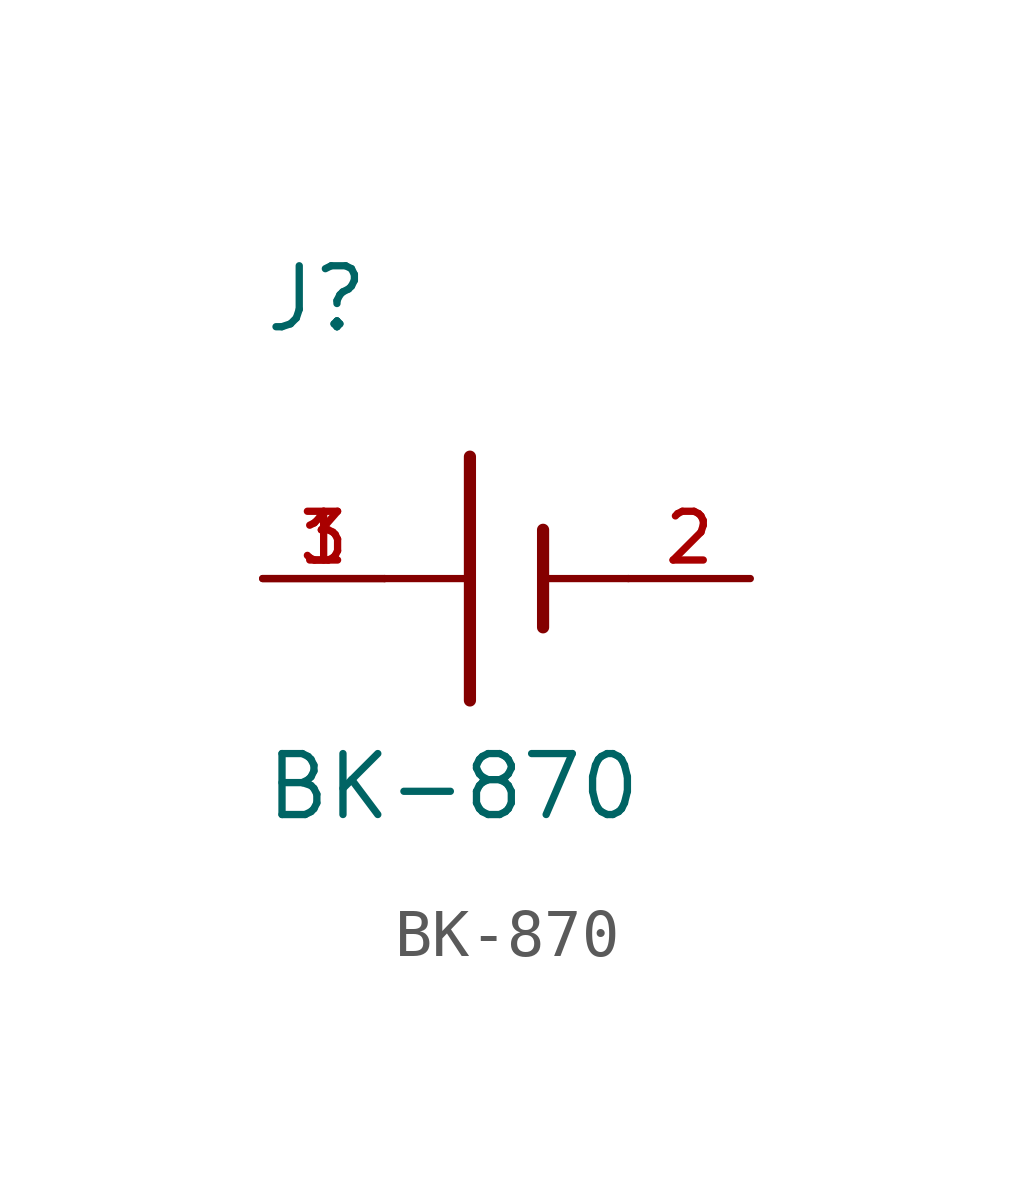
<source format=kicad_sym>
(kicad_symbol_lib
  (version 20231120)
  (generator "kicad_symbol_editor")
  (generator_version "8.0")
  (symbol "BK-870"
    (pin_names
      (offset 1.016))
    (property "Reference" "J"
      (at -5.084 5.084 0)
      (effects (font (size 1.27 1.27)) (justify left bottom)))
    (property "Value" "BK-870"
      (at -5.08 -5.08 0)
      (effects (font (size 1.27 1.27)) (justify left bottom)))
    (symbol "BK-870_0_0"
      (polyline (pts (xy -0.762 0) (xy -2.54 0)) (stroke (width 0.152) (type default)) (fill (type none)))
      (polyline (pts (xy -0.762 2.54) (xy -0.762 -2.54)) (stroke (width 0.254) (type default)) (fill (type none)))
      (polyline (pts (xy 0.762 0) (xy 2.54 0)) (stroke (width 0.152) (type default)) (fill (type none)))
      (polyline (pts (xy 0.762 1.016) (xy 0.762 -1.016)) (stroke (width 0.254) (type default)) (fill (type none)))
      (pin passive line (at -5.08 0 0) (length 2.54) (name "~" (effects (font (size 1.016 1.016)))) (number "1" (effects (font (size 1.016 1.016)))))
      (pin passive line (at 5.08 0 180) (length 2.54) (name "~" (effects (font (size 1.016 1.016)))) (number "2" (effects (font (size 1.016 1.016)))))
      (pin passive line (at -5.08 0 0) (length 2.54) (name "~" (effects (font (size 1.016 1.016)))) (number "3" (effects (font (size 1.016 1.016))))))))
</source>
